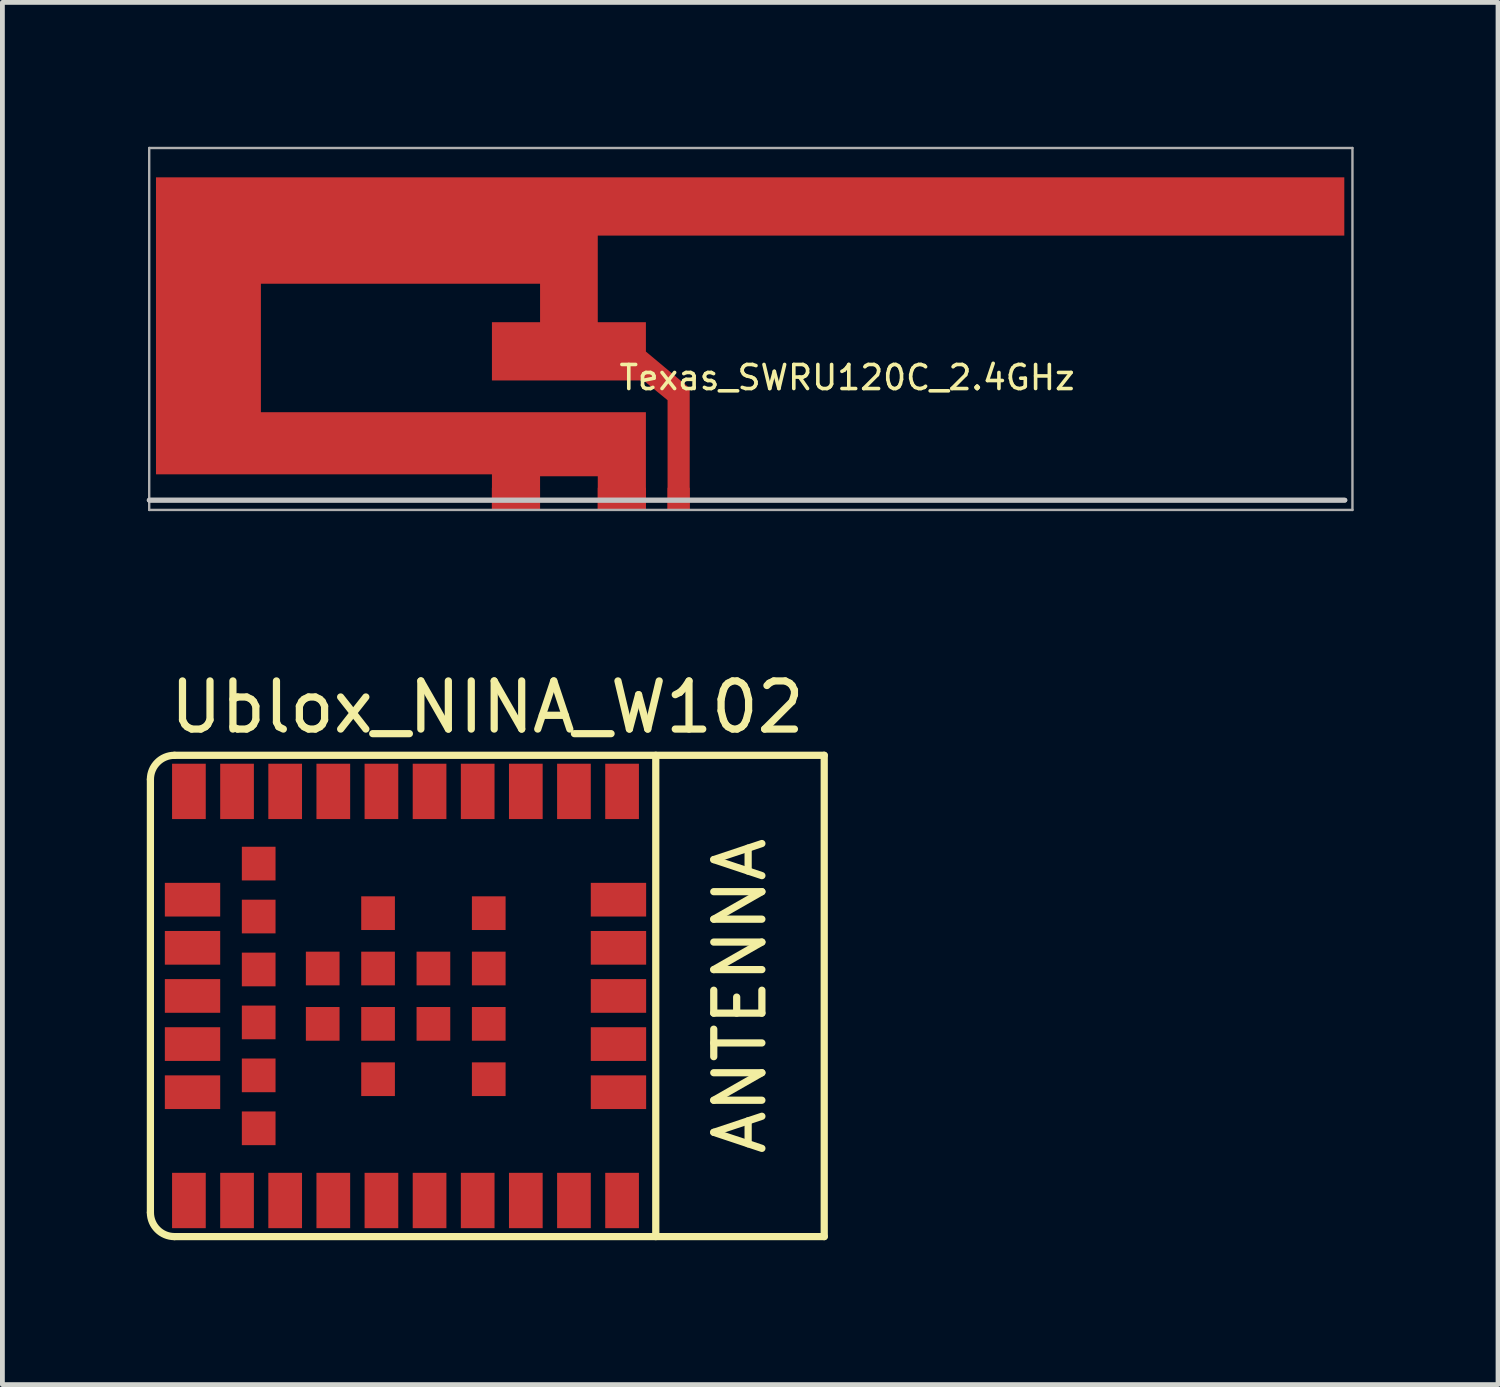
<source format=kicad_pcb>
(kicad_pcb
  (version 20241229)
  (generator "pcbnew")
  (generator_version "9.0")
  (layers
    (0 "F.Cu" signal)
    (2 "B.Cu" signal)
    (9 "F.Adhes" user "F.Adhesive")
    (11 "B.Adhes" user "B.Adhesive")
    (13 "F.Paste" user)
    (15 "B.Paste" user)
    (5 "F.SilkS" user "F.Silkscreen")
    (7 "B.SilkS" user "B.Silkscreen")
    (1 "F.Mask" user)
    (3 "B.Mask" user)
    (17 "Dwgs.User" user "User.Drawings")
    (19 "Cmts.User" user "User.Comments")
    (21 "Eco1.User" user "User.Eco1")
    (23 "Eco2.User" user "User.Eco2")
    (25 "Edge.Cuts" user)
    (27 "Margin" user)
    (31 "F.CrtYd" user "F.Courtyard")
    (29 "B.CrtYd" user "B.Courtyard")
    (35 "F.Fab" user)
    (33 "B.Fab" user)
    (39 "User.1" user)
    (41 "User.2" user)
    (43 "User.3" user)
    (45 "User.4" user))
  (footprint "Ublox_NINA_W102"
    (layer "F.Cu")
    (at 7.075 17.643)
    (property "Reference" "Ublox_NINA_W102" (at 0 -6 0) (layer "F.SilkS") (effects (font (size 1 1) (thickness 0.15))))
    (attr through_hole)
    (fp_line (start -7 -4.5) (end -7 4.5) (stroke (width 0.15) (type solid)) (layer "F.SilkS"))
    (fp_line (start -6.5 -5) (end 7 -5) (stroke (width 0.15) (type solid)) (layer "F.SilkS"))
    (fp_line (start -6.5 5) (end 7 5) (stroke (width 0.15) (type solid)) (layer "F.SilkS"))
    (fp_line (start 3.5 -5) (end 3.5 5) (stroke (width 0.15) (type solid)) (layer "F.SilkS"))
    (fp_line (start 7 -5) (end 7 5) (stroke (width 0.15) (type solid)) (layer "F.SilkS"))
    (fp_arc (start -7 -4.5) (mid -6.853553 -4.853553) (end -6.5 -5) (stroke (width 0.15) (type solid)) (layer "F.SilkS"))
    (fp_arc (start -6.5 5) (mid -6.853553 4.853553) (end -7 4.5) (stroke (width 0.15) (type solid)) (layer "F.SilkS"))
    (fp_text user "ANTENNA" (at 5.25 0 270) (layer "F.SilkS") (effects (font (size 1 1) (thickness 0.15))))
    (pad "1" smd rect (at -6.2 4.25) (size 0.7 1.15) (layers "F.Cu" "F.Mask" "F.Paste"))
    (pad "2" smd rect (at -5.2 4.25) (size 0.7 1.15) (layers "F.Cu" "F.Mask" "F.Paste"))
    (pad "3" smd rect (at -4.2 4.25) (size 0.7 1.15) (layers "F.Cu" "F.Mask" "F.Paste"))
    (pad "4" smd rect (at -3.2 4.25) (size 0.7 1.15) (layers "F.Cu" "F.Mask" "F.Paste"))
    (pad "5" smd rect (at -2.2 4.25) (size 0.7 1.15) (layers "F.Cu" "F.Mask" "F.Paste"))
    (pad "6" smd rect (at -1.2 4.25) (size 0.7 1.15) (layers "F.Cu" "F.Mask" "F.Paste"))
    (pad "7" smd rect (at -0.2 4.25) (size 0.7 1.15) (layers "F.Cu" "F.Mask" "F.Paste"))
    (pad "8" smd rect (at 0.8 4.25) (size 0.7 1.15) (layers "F.Cu" "F.Mask" "F.Paste"))
    (pad "9" smd rect (at 1.8 4.25) (size 0.7 1.15) (layers "F.Cu" "F.Mask" "F.Paste"))
    (pad "10" smd rect (at 2.8 4.25) (size 0.7 1.15) (layers "F.Cu" "F.Mask" "F.Paste"))
    (pad "11" smd rect (at 2.725 2) (size 1.15 0.7) (layers "F.Cu" "F.Mask" "F.Paste"))
    (pad "12" smd rect (at 2.725 1) (size 1.15 0.7) (layers "F.Cu" "F.Mask" "F.Paste"))
    (pad "13" smd rect (at 2.725 0) (size 1.15 0.7) (layers "F.Cu" "F.Mask" "F.Paste"))
    (pad "14" smd rect (at 2.725 -1) (size 1.15 0.7) (layers "F.Cu" "F.Mask" "F.Paste"))
    (pad "15" smd rect (at 2.725 -2) (size 1.15 0.7) (layers "F.Cu" "F.Mask" "F.Paste"))
    (pad "16" smd rect (at 2.8 -4.25) (size 0.7 1.15) (layers "F.Cu" "F.Mask" "F.Paste"))
    (pad "17" smd rect (at 1.8 -4.25) (size 0.7 1.15) (layers "F.Cu" "F.Mask" "F.Paste"))
    (pad "18" smd rect (at 0.8 -4.25) (size 0.7 1.15) (layers "F.Cu" "F.Mask" "F.Paste"))
    (pad "19" smd rect (at -0.2 -4.25) (size 0.7 1.15) (layers "F.Cu" "F.Mask" "F.Paste"))
    (pad "20" smd rect (at -1.2 -4.25) (size 0.7 1.15) (layers "F.Cu" "F.Mask" "F.Paste"))
    (pad "21" smd rect (at -2.2 -4.25) (size 0.7 1.15) (layers "F.Cu" "F.Mask" "F.Paste"))
    (pad "22" smd rect (at -3.2 -4.25) (size 0.7 1.15) (layers "F.Cu" "F.Mask" "F.Paste"))
    (pad "23" smd rect (at -4.2 -4.25) (size 0.7 1.15) (layers "F.Cu" "F.Mask" "F.Paste"))
    (pad "24" smd rect (at -5.2 -4.25) (size 0.7 1.15) (layers "F.Cu" "F.Mask" "F.Paste"))
    (pad "25" smd rect (at -6.2 -4.25) (size 0.7 1.15) (layers "F.Cu" "F.Mask" "F.Paste"))
    (pad "26" smd rect (at -6.125 -2) (size 1.15 0.7) (layers "F.Cu" "F.Mask" "F.Paste"))
    (pad "27" smd rect (at -6.125 -1) (size 1.15 0.7) (layers "F.Cu" "F.Mask" "F.Paste"))
    (pad "28" smd rect (at -6.125 0) (size 1.15 0.7) (layers "F.Cu" "F.Mask" "F.Paste"))
    (pad "29" smd rect (at -6.125 1) (size 1.15 0.7) (layers "F.Cu" "F.Mask" "F.Paste"))
    (pad "30" smd rect (at -6.125 2) (size 1.15 0.7) (layers "F.Cu" "F.Mask" "F.Paste"))
    (pad "31" smd rect (at -4.75 2.75) (size 0.7 0.7) (layers "F.Cu" "F.Mask" "F.Paste"))
    (pad "32" smd rect (at -4.75 1.65) (size 0.7 0.7) (layers "F.Cu" "F.Mask" "F.Paste"))
    (pad "33" smd rect (at -4.75 0.55) (size 0.7 0.7) (layers "F.Cu" "F.Mask" "F.Paste"))
    (pad "34" smd rect (at -4.75 -0.55) (size 0.7 0.7) (layers "F.Cu" "F.Mask" "F.Paste"))
    (pad "35" smd rect (at -4.75 -1.65) (size 0.7 0.7) (layers "F.Cu" "F.Mask" "F.Paste"))
    (pad "36" smd rect (at -4.75 -2.75) (size 0.7 0.7) (layers "F.Cu" "F.Mask" "F.Paste"))
    (pad "GND" smd rect (at -3.42 -0.57) (size 0.7 0.7) (layers "F.Cu" "F.Mask" "F.Paste"))
    (pad "GND" smd rect (at -3.42 0.58) (size 0.7 0.7) (layers "F.Cu" "F.Mask" "F.Paste"))
    (pad "GND" smd rect (at -2.27 -1.72) (size 0.7 0.7) (layers "F.Cu" "F.Mask" "F.Paste"))
    (pad "GND" smd rect (at -2.27 -0.57) (size 0.7 0.7) (layers "F.Cu" "F.Mask" "F.Paste"))
    (pad "GND" smd rect (at -2.27 0.58) (size 0.7 0.7) (layers "F.Cu" "F.Mask" "F.Paste"))
    (pad "GND" smd rect (at -2.27 1.73) (size 0.7 0.7) (layers "F.Cu" "F.Mask" "F.Paste"))
    (pad "GND" smd rect (at -1.12 -0.57) (size 0.7 0.7) (layers "F.Cu" "F.Mask" "F.Paste"))
    (pad "GND" smd rect (at -1.12 0.58) (size 0.7 0.7) (layers "F.Cu" "F.Mask" "F.Paste"))
    (pad "GND" smd rect (at 0.03 -1.72) (size 0.7 0.7) (layers "F.Cu" "F.Mask" "F.Paste"))
    (pad "GND" smd rect (at 0.03 -0.57) (size 0.7 0.7) (layers "F.Cu" "F.Mask" "F.Paste"))
    (pad "GND" smd rect (at 0.03 0.58) (size 0.7 0.7) (layers "F.Cu" "F.Mask" "F.Paste"))
    (pad "GND" smd rect (at 0.03 1.73) (size 0.7 0.7) (layers "F.Cu" "F.Mask" "F.Paste")))
  (footprint "Texas_SWRU120C_2.4GHz"
    (layer "F.Cu")
    (at 11.05 7.545)
    (property "Reference" "Texas_SWRU120C_2.4GHz" (at 3.5 -2.75 0) (layer "F.SilkS") (effects (font (size 0.5 0.5) (thickness 0.075))))
    (attr smd)
    (fp_line (start 13.843 -0.203) (end -11 -0.203) (stroke (width 0.1) (type solid)) (layer "Dwgs.User"))
    (fp_line (start 13.843 -0.203) (end -11 -0.203) (stroke (width 0.1) (type solid)) (layer "Dwgs.User"))
    (fp_line (start -11 -7.52) (end 14 -7.52) (stroke (width 0.05) (type solid)) (layer "F.Fab"))
    (fp_line (start -11 0) (end -11 -7.52) (stroke (width 0.05) (type solid)) (layer "F.Fab"))
    (fp_line (start 14 -7.52) (end 14 0) (stroke (width 0.05) (type solid)) (layer "F.Fab"))
    (fp_line (start 14 0) (end -11 0) (stroke (width 0.05) (type solid)) (layer "F.Fab"))
    (pad "1" smd rect (at 0 -0.23) (size 0.46 0.46) (layers "F.Cu"))
    (pad "1" smd custom (at 1.486 -6.142) (size 0.2 0.2) (layers "F.Cu") (options (anchor circle)) (primitives (gr_poly (pts (xy -1.716 6.142) (xy -1.716 3.862) (xy -2.216 3.452) (xy -5.365 3.452) (xy -5.365 2.242) (xy -4.365 2.242) (xy -4.365 1.442) (xy -10.165 1.442) (xy -10.165 4.112) (xy -2.166 4.112) (xy -2.166 6.142) (xy -3.166 6.142) (xy -3.166 5.442) (xy -4.365 5.442) (xy -4.365 6.142) (xy -5.365 6.142) (xy -5.365 5.402) (xy -12.345 5.402) (xy -12.345 -0.768) (xy 12.345 -0.768) (xy 12.345 0.442) (xy -3.166 0.442) (xy -3.166 2.242) (xy -2.166 2.242) (xy -2.166 2.852) (xy -1.256 3.612) (xy -1.256 6.142)) (width 0) (fill yes))))
    (pad "2" smd rect (at -3.38 -0.23) (size 1 0.46) (layers "F.Cu"))
    (pad "2" smd rect (at -1.18 -0.23) (size 1 0.46) (layers "F.Cu")))
  (gr_rect
    (start -3 -3)
    (end 28.075 25.718)
    (stroke (width 0.1) (type default))
    (fill no)
    (layer "Edge.Cuts")))
</source>
